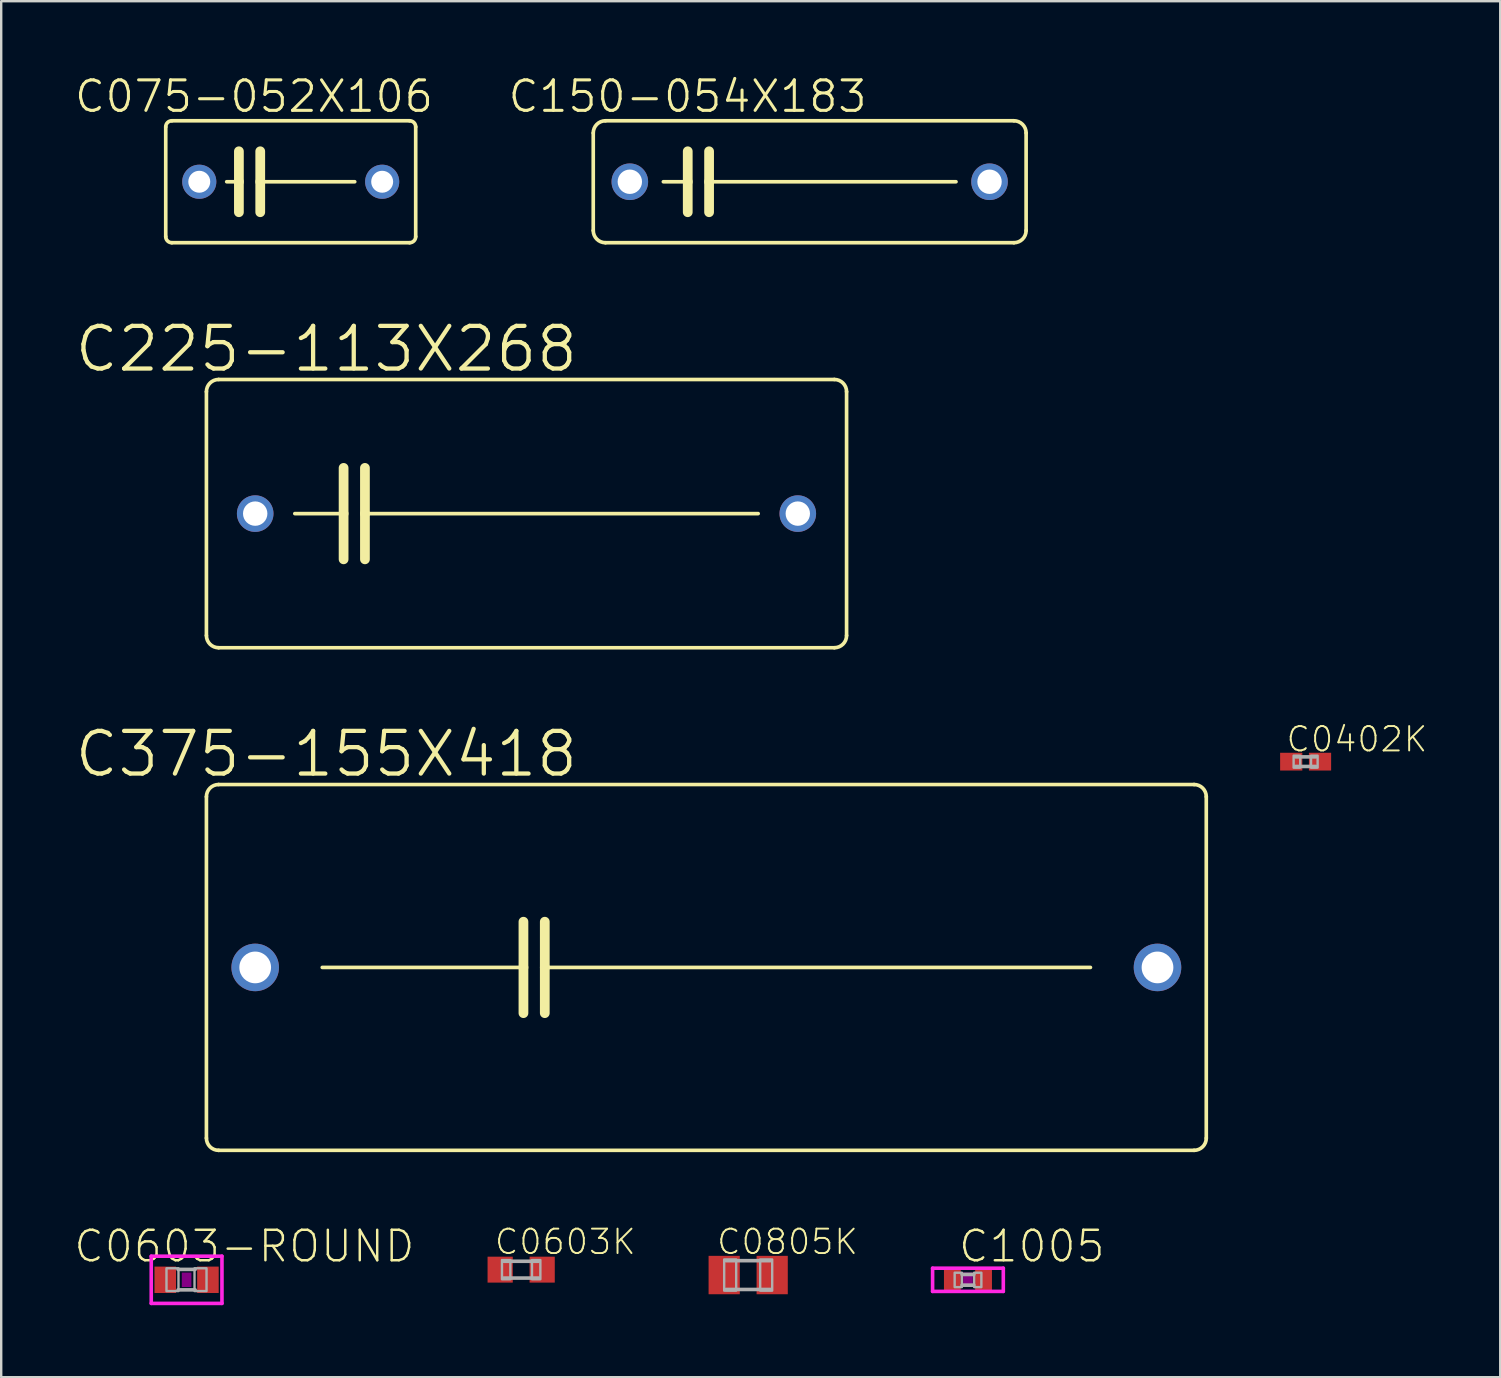
<source format=kicad_pcb>
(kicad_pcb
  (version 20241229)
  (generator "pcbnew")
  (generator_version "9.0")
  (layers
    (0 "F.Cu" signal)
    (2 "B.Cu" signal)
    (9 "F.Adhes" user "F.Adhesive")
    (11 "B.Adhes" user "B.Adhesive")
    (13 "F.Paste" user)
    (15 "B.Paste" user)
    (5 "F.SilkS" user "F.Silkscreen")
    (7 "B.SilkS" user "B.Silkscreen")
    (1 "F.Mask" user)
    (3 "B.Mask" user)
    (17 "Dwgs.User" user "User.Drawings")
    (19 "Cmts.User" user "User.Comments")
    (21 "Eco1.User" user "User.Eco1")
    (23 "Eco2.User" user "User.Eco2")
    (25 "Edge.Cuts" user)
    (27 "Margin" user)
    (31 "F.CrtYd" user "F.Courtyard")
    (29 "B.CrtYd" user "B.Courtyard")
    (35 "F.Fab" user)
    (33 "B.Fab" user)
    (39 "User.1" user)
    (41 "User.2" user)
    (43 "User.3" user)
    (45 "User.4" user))
  (footprint "C0402K"
    (layer "F.Cu")
    (at 51.345 28.682)
    (property "Reference" "C0402K" (at 2.137 -0.933 0) (layer "F.SilkS") (effects (font (size 1.016 1.016) (thickness 0.081))))
    (attr through_hole)
    (fp_line (start -0.425 -0.2) (end 0.425 -0.2) (stroke (width 0.15) (type solid)) (layer "F.Fab"))
    (fp_line (start 0.425 0.2) (end -0.425 0.2) (stroke (width 0.15) (type solid)) (layer "F.Fab"))
    (fp_poly (pts (xy -0.5 -0.25) (xy -0.225 -0.25) (xy -0.225 0.25) (xy -0.5 0.25)) (stroke (width 0.1) (type solid)) (fill no) (layer "F.Fab"))
    (fp_poly (pts (xy 0.225 -0.25) (xy 0.5 -0.25) (xy 0.5 0.25) (xy 0.225 0.25)) (stroke (width 0.1) (type solid)) (fill no) (layer "F.Fab"))
    (pad "1" smd rect (at -0.6 0) (size 0.925 0.74) (layers "F.Cu" "F.Mask" "F.Paste"))
    (pad "2" smd rect (at 0.6 0) (size 0.925 0.74) (layers "F.Cu" "F.Mask" "F.Paste")))
  (footprint "C375-155X418"
    (layer "F.Cu")
    (at 26.378 37.255)
    (property "Reference" "C375-155X418" (at -15.833 -8.89 0) (layer "F.SilkS") (effects (font (size 1.778 1.778) (thickness 0.178))))
    (attr through_hole)
    (fp_line (start -20.828 7.112) (end -20.828 -7.112) (stroke (width 0.152) (type solid)) (layer "F.SilkS"))
    (fp_line (start -20.32 -7.62) (end 20.32 -7.62) (stroke (width 0.152) (type solid)) (layer "F.SilkS"))
    (fp_line (start -16.002 0) (end -7.62 0) (stroke (width 0.152) (type solid)) (layer "F.SilkS"))
    (fp_line (start -7.62 -1.905) (end -7.62 0) (stroke (width 0.406) (type solid)) (layer "F.SilkS"))
    (fp_line (start -7.62 0) (end -7.62 1.905) (stroke (width 0.406) (type solid)) (layer "F.SilkS"))
    (fp_line (start -6.731 -1.905) (end -6.731 0) (stroke (width 0.406) (type solid)) (layer "F.SilkS"))
    (fp_line (start -6.731 0) (end -6.731 1.905) (stroke (width 0.406) (type solid)) (layer "F.SilkS"))
    (fp_line (start -6.731 0) (end 16.002 0) (stroke (width 0.152) (type solid)) (layer "F.SilkS"))
    (fp_line (start 20.32 7.62) (end -20.32 7.62) (stroke (width 0.152) (type solid)) (layer "F.SilkS"))
    (fp_line (start 20.828 -7.112) (end 20.828 7.112) (stroke (width 0.152) (type solid)) (layer "F.SilkS"))
    (fp_arc (start -20.828 -7.112) (mid -20.67921 -7.47121) (end -20.32 -7.62) (stroke (width 0.1524) (type solid)) (layer "F.SilkS"))
    (fp_arc (start -20.32 7.62) (mid -20.67921 7.47121) (end -20.828 7.112) (stroke (width 0.1524) (type solid)) (layer "F.SilkS"))
    (fp_arc (start 20.32 -7.62) (mid 20.67921 -7.47121) (end 20.828 -7.112) (stroke (width 0.1524) (type solid)) (layer "F.SilkS"))
    (fp_arc (start 20.828 7.112) (mid 20.67921 7.47121) (end 20.32 7.62) (stroke (width 0.1524) (type solid)) (layer "F.SilkS"))
    (pad "1" thru_hole circle (at -18.796 0) (size 1.981 1.981) (drill 1.321) (layers "*.Cu" "*.Mask"))
    (pad "2" thru_hole circle (at 18.796 0) (size 1.981 1.981) (drill 1.321) (layers "*.Cu" "*.Mask")))
  (footprint "C225-113X268"
    (layer "F.Cu")
    (at 18.885 18.348)
    (property "Reference" "C225-113X268" (at -8.34 -6.858 0) (layer "F.SilkS") (effects (font (size 1.778 1.778) (thickness 0.178))))
    (attr through_hole)
    (fp_line (start -13.335 5.08) (end -13.335 -5.08) (stroke (width 0.152) (type solid)) (layer "F.SilkS"))
    (fp_line (start -12.827 -5.588) (end 12.827 -5.588) (stroke (width 0.152) (type solid)) (layer "F.SilkS"))
    (fp_line (start -9.652 0) (end -7.62 0) (stroke (width 0.152) (type solid)) (layer "F.SilkS"))
    (fp_line (start -7.62 -1.905) (end -7.62 0) (stroke (width 0.406) (type solid)) (layer "F.SilkS"))
    (fp_line (start -7.62 0) (end -7.62 1.905) (stroke (width 0.406) (type solid)) (layer "F.SilkS"))
    (fp_line (start -6.731 -1.905) (end -6.731 0) (stroke (width 0.406) (type solid)) (layer "F.SilkS"))
    (fp_line (start -6.731 0) (end -6.731 1.905) (stroke (width 0.406) (type solid)) (layer "F.SilkS"))
    (fp_line (start -6.731 0) (end 9.652 0) (stroke (width 0.152) (type solid)) (layer "F.SilkS"))
    (fp_line (start 12.827 5.588) (end -12.827 5.588) (stroke (width 0.152) (type solid)) (layer "F.SilkS"))
    (fp_line (start 13.335 -5.08) (end 13.335 5.08) (stroke (width 0.152) (type solid)) (layer "F.SilkS"))
    (fp_arc (start -13.335 -5.08) (mid -13.18621 -5.43921) (end -12.826999 -5.587999) (stroke (width 0.1524) (type solid)) (layer "F.SilkS"))
    (fp_arc (start -12.826999 5.587999) (mid -13.18621 5.43921) (end -13.335 5.08) (stroke (width 0.1524) (type solid)) (layer "F.SilkS"))
    (fp_arc (start 12.827 -5.588) (mid 13.186211 -5.43921) (end 13.335001 -5.079999) (stroke (width 0.1524) (type solid)) (layer "F.SilkS"))
    (fp_arc (start 13.335001 5.079999) (mid 13.186211 5.43921) (end 12.827 5.588) (stroke (width 0.1524) (type solid)) (layer "F.SilkS"))
    (pad "1" thru_hole circle (at -11.303 0) (size 1.524 1.524) (drill 1.016) (layers "*.Cu" "*.Mask"))
    (pad "2" thru_hole circle (at 11.303 0) (size 1.524 1.524) (drill 1.016) (layers "*.Cu" "*.Mask")))
  (footprint "C075-052X106"
    (layer "F.Cu")
    (at 9.062 4.522)
    (property "Reference" "C075-052X106" (at -1.53 -3.556 0) (layer "F.SilkS") (effects (font (size 1.27 1.27) (thickness 0.127))))
    (attr through_hole)
    (fp_line (start -5.207 -2.286) (end -5.207 2.286) (stroke (width 0.152) (type solid)) (layer "F.SilkS"))
    (fp_line (start -4.953 2.54) (end 4.953 2.54) (stroke (width 0.152) (type solid)) (layer "F.SilkS"))
    (fp_line (start -2.667 0) (end -2.159 0) (stroke (width 0.152) (type solid)) (layer "F.SilkS"))
    (fp_line (start -2.159 -1.27) (end -2.159 0) (stroke (width 0.406) (type solid)) (layer "F.SilkS"))
    (fp_line (start -2.159 0) (end -2.159 1.27) (stroke (width 0.406) (type solid)) (layer "F.SilkS"))
    (fp_line (start -1.27 -1.27) (end -1.27 0) (stroke (width 0.406) (type solid)) (layer "F.SilkS"))
    (fp_line (start -1.27 0) (end -1.27 1.27) (stroke (width 0.406) (type solid)) (layer "F.SilkS"))
    (fp_line (start -1.27 0) (end 2.667 0) (stroke (width 0.152) (type solid)) (layer "F.SilkS"))
    (fp_line (start 4.953 -2.54) (end -4.953 -2.54) (stroke (width 0.152) (type solid)) (layer "F.SilkS"))
    (fp_line (start 5.207 2.286) (end 5.207 -2.286) (stroke (width 0.152) (type solid)) (layer "F.SilkS"))
    (fp_arc (start -5.207 -2.286) (mid -5.132605 -2.465605) (end -4.953 -2.54) (stroke (width 0.1524) (type solid)) (layer "F.SilkS"))
    (fp_arc (start -4.953 2.54) (mid -5.132605 2.465605) (end -5.207 2.286) (stroke (width 0.1524) (type solid)) (layer "F.SilkS"))
    (fp_arc (start 4.953 -2.54) (mid 5.132605 -2.465605) (end 5.207 -2.286) (stroke (width 0.1524) (type solid)) (layer "F.SilkS"))
    (fp_arc (start 5.207 2.286) (mid 5.132605 2.465605) (end 4.953 2.54) (stroke (width 0.1524) (type solid)) (layer "F.SilkS"))
    (pad "1" thru_hole circle (at -3.81 0) (size 1.422 1.422) (drill 0.914) (layers "*.Cu" "*.Mask"))
    (pad "2" thru_hole circle (at 3.81 0) (size 1.422 1.422) (drill 0.914) (layers "*.Cu" "*.Mask")))
  (footprint "C0603K"
    (layer "F.Cu")
    (at 18.663 49.846)
    (property "Reference" "C0603K" (at 1.837 -1.158 0) (layer "F.SilkS") (effects (font (size 1.016 1.016) (thickness 0.081))))
    (attr through_hole)
    (fp_line (start -0.725 -0.35) (end 0.725 -0.35) (stroke (width 0.15) (type solid)) (layer "F.Fab"))
    (fp_line (start 0.725 0.35) (end -0.725 0.35) (stroke (width 0.15) (type solid)) (layer "F.Fab"))
    (fp_poly (pts (xy -0.8 -0.4) (xy -0.45 -0.4) (xy -0.45 0.4) (xy -0.8 0.4)) (stroke (width 0.1) (type solid)) (fill no) (layer "F.Fab"))
    (fp_poly (pts (xy 0.45 -0.4) (xy 0.8 -0.4) (xy 0.8 0.4) (xy 0.45 0.4)) (stroke (width 0.1) (type solid)) (fill no) (layer "F.Fab"))
    (pad "1" smd rect (at -0.875 0) (size 1.05 1.08) (layers "F.Cu" "F.Mask" "F.Paste"))
    (pad "2" smd rect (at 0.875 0) (size 1.05 1.08) (layers "F.Cu" "F.Mask" "F.Paste")))
  (footprint "C0805K"
    (layer "F.Cu")
    (at 28.121 50.071)
    (property "Reference" "C0805K" (at 1.637 -1.383 0) (layer "F.SilkS") (effects (font (size 1.016 1.016) (thickness 0.081))))
    (attr through_hole)
    (fp_line (start -0.925 -0.6) (end 0.925 -0.6) (stroke (width 0.15) (type solid)) (layer "F.Fab"))
    (fp_line (start 0.925 0.6) (end -0.925 0.6) (stroke (width 0.15) (type solid)) (layer "F.Fab"))
    (fp_poly (pts (xy -1 -0.65) (xy -0.5 -0.65) (xy -0.5 0.65) (xy -1 0.65)) (stroke (width 0.1) (type solid)) (fill no) (layer "F.Fab"))
    (fp_poly (pts (xy 0.5 -0.65) (xy 1 -0.65) (xy 1 0.65) (xy 0.5 0.65)) (stroke (width 0.1) (type solid)) (fill no) (layer "F.Fab"))
    (pad "1" smd rect (at -1 0) (size 1.3 1.6) (layers "F.Cu" "F.Mask" "F.Paste"))
    (pad "2" smd rect (at 1 0) (size 1.3 1.6) (layers "F.Cu" "F.Mask" "F.Paste")))
  (footprint "C150-054X183"
    (layer "F.Cu")
    (at 30.683 4.522)
    (property "Reference" "C150-054X183" (at -5.086 -3.556 0) (layer "F.SilkS") (effects (font (size 1.27 1.27) (thickness 0.127))))
    (attr through_hole)
    (fp_line (start -9.017 2.032) (end -9.017 -2.032) (stroke (width 0.152) (type solid)) (layer "F.SilkS"))
    (fp_line (start -8.509 -2.54) (end 8.509 -2.54) (stroke (width 0.152) (type solid)) (layer "F.SilkS"))
    (fp_line (start -5.08 -1.27) (end -5.08 0) (stroke (width 0.406) (type solid)) (layer "F.SilkS"))
    (fp_line (start -5.08 0) (end -6.096 0) (stroke (width 0.152) (type solid)) (layer "F.SilkS"))
    (fp_line (start -5.08 0) (end -5.08 1.27) (stroke (width 0.406) (type solid)) (layer "F.SilkS"))
    (fp_line (start -4.191 -1.27) (end -4.191 0) (stroke (width 0.406) (type solid)) (layer "F.SilkS"))
    (fp_line (start -4.191 0) (end -4.191 1.27) (stroke (width 0.406) (type solid)) (layer "F.SilkS"))
    (fp_line (start -4.191 0) (end 6.096 0) (stroke (width 0.152) (type solid)) (layer "F.SilkS"))
    (fp_line (start 8.509 2.54) (end -8.509 2.54) (stroke (width 0.152) (type solid)) (layer "F.SilkS"))
    (fp_line (start 9.017 -2.032) (end 9.017 2.032) (stroke (width 0.152) (type solid)) (layer "F.SilkS"))
    (fp_arc (start -9.017 -2.032) (mid -8.868211 -2.39121) (end -8.509001 -2.539999) (stroke (width 0.1524) (type solid)) (layer "F.SilkS"))
    (fp_arc (start -8.509001 2.539999) (mid -8.868211 2.39121) (end -9.017 2.032) (stroke (width 0.1524) (type solid)) (layer "F.SilkS"))
    (fp_arc (start 8.509 -2.54) (mid 8.868211 -2.391211) (end 9.017001 -2.032001) (stroke (width 0.1524) (type solid)) (layer "F.SilkS"))
    (fp_arc (start 9.017001 2.032001) (mid 8.868211 2.391211) (end 8.509 2.54) (stroke (width 0.1524) (type solid)) (layer "F.SilkS"))
    (pad "1" thru_hole circle (at -7.493 0) (size 1.524 1.524) (drill 1.016) (layers "*.Cu" "*.Mask"))
    (pad "2" thru_hole circle (at 7.493 0) (size 1.524 1.524) (drill 1.016) (layers "*.Cu" "*.Mask")))
  (footprint "C0603-ROUND"
    (layer "F.Cu")
    (at 4.724 50.269)
    (property "Reference" "C0603-ROUND" (at 2.407 -1.397 0) (layer "F.SilkS") (effects (font (size 1.27 1.27) (thickness 0.102))))
    (attr through_hole)
    (fp_poly (pts (xy -0.2 -0.3) (xy 0.2 -0.3) (xy 0.2 0.3) (xy -0.2 0.3)) (stroke (width 0) (type solid)) (fill yes) (layer "F.Adhes"))
    (fp_line (start -1.473 -0.983) (end 1.473 -0.983) (stroke (width 0.15) (type solid)) (layer "F.CrtYd"))
    (fp_line (start -1.473 0.983) (end -1.473 -0.983) (stroke (width 0.15) (type solid)) (layer "F.CrtYd"))
    (fp_line (start 1.473 -0.983) (end 1.473 0.983) (stroke (width 0.15) (type solid)) (layer "F.CrtYd"))
    (fp_line (start 1.473 0.983) (end -1.473 0.983) (stroke (width 0.15) (type solid)) (layer "F.CrtYd"))
    (fp_line (start -0.356 -0.432) (end 0.356 -0.432) (stroke (width 0.15) (type solid)) (layer "F.Fab"))
    (fp_line (start -0.356 0.419) (end 0.356 0.419) (stroke (width 0.15) (type solid)) (layer "F.Fab"))
    (fp_poly (pts (xy -0.838 -0.48) (xy -0.338 -0.48) (xy -0.338 0.47) (xy -0.838 0.47)) (stroke (width 0.1) (type solid)) (fill no) (layer "F.Fab"))
    (fp_poly (pts (xy 0.33 -0.48) (xy 0.83 -0.48) (xy 0.83 0.47) (xy 0.33 0.47)) (stroke (width 0.1) (type solid)) (fill no) (layer "F.Fab"))
    (pad "1" smd rect (at -0.889 0) (size 0.898 1.1) (layers "F.Cu" "F.Mask" "F.Paste"))
    (pad "2" smd rect (at 0.889 0) (size 0.898 1.1) (layers "F.Cu" "F.Mask" "F.Paste")))
  (footprint "C1005"
    (layer "F.Cu")
    (at 37.277 50.269)
    (property "Reference" "C1005" (at 2.661 -1.397 0) (layer "F.SilkS") (effects (font (size 1.27 1.27) (thickness 0.102))))
    (attr through_hole)
    (fp_poly (pts (xy -0.2 -0.3) (xy 0.2 -0.3) (xy 0.2 0.3) (xy -0.2 0.3)) (stroke (width 0) (type solid)) (fill yes) (layer "F.Adhes"))
    (fp_line (start -1.473 -0.483) (end 1.473 -0.483) (stroke (width 0.15) (type solid)) (layer "F.CrtYd"))
    (fp_line (start -1.473 0.483) (end -1.473 -0.483) (stroke (width 0.15) (type solid)) (layer "F.CrtYd"))
    (fp_line (start 1.473 -0.483) (end 1.473 0.483) (stroke (width 0.15) (type solid)) (layer "F.CrtYd"))
    (fp_line (start 1.473 0.483) (end -1.473 0.483) (stroke (width 0.15) (type solid)) (layer "F.CrtYd"))
    (fp_line (start -0.245 -0.224) (end 0.245 -0.224) (stroke (width 0.152) (type solid)) (layer "F.Fab"))
    (fp_line (start 0.245 0.224) (end -0.245 0.224) (stroke (width 0.152) (type solid)) (layer "F.Fab"))
    (fp_poly (pts (xy -0.554 -0.295) (xy -0.254 -0.295) (xy -0.254 0.305) (xy -0.554 0.305)) (stroke (width 0.1) (type solid)) (fill no) (layer "F.Fab"))
    (fp_poly (pts (xy 0.259 -0.295) (xy 0.559 -0.295) (xy 0.559 0.305) (xy 0.259 0.305)) (stroke (width 0.1) (type solid)) (fill no) (layer "F.Fab"))
    (pad "1" smd rect (at -0.65 0) (size 0.7 0.9) (layers "F.Cu" "F.Mask" "F.Paste"))
    (pad "2" smd rect (at 0.65 0) (size 0.7 0.9) (layers "F.Cu" "F.Mask" "F.Paste")))
  (gr_rect
    (start -3 -3)
    (end 59.453 54.327)
    (stroke (width 0.1) (type default))
    (fill no)
    (layer "Edge.Cuts")))
</source>
